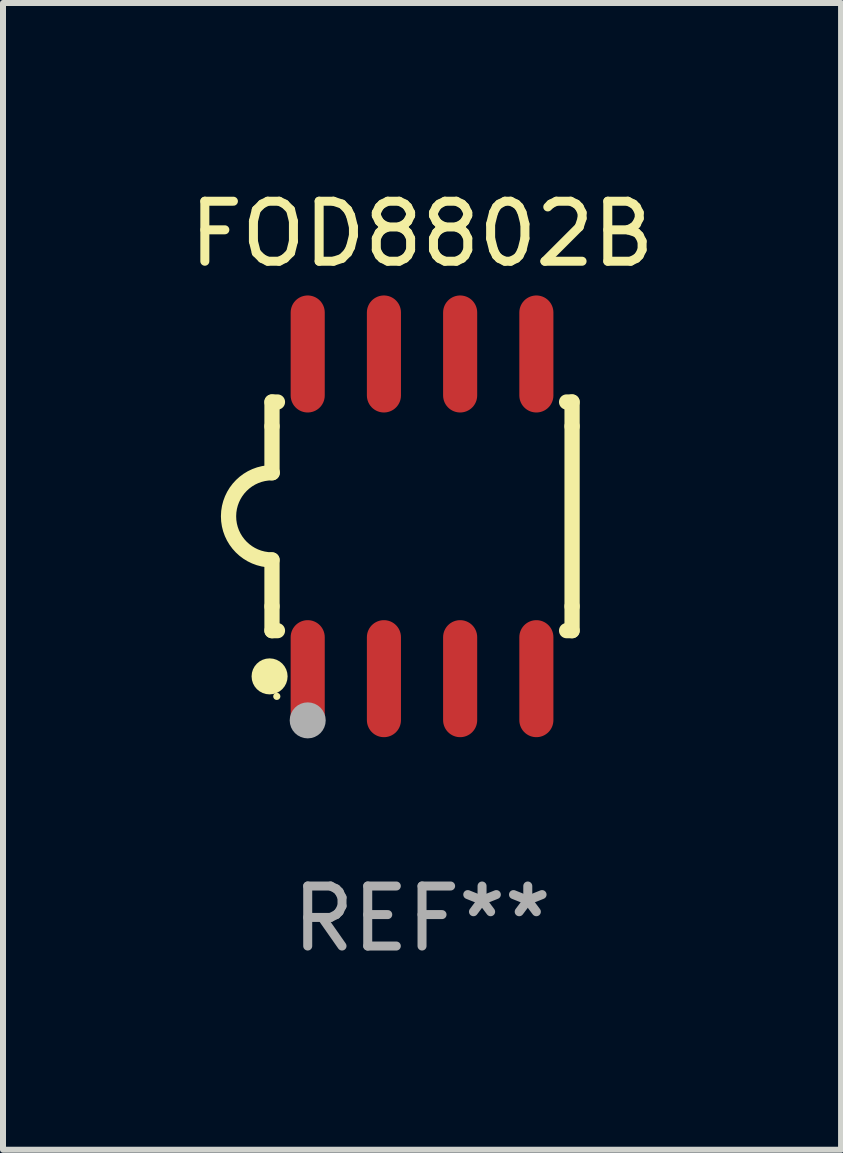
<source format=kicad_pcb>
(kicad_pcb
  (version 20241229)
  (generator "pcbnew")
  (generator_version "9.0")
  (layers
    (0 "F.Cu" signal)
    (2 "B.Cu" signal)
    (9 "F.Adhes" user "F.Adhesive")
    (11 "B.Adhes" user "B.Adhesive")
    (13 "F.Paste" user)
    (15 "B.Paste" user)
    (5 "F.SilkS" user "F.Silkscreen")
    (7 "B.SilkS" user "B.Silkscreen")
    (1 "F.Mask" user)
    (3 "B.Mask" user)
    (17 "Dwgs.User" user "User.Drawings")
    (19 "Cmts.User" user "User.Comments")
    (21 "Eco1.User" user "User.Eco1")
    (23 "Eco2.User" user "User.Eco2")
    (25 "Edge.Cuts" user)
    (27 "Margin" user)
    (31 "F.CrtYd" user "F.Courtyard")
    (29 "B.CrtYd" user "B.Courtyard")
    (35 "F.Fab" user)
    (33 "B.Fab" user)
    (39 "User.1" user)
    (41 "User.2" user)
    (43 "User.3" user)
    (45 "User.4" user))
  (footprint "FOD8802B"
    (layer "F.Cu")
    (at 3.982 5.553)
    (property "Reference" "FOD8802B" (at 0 -4.705 0) (layer "F.SilkS") (effects (font (size 1 1) (thickness 0.15))))
    (attr through_hole)
    (fp_line (start -2.5 -1.905) (end -2.409 -1.905) (stroke (width 0.254) (type solid)) (layer "F.SilkS"))
    (fp_line (start -2.5 -1.5) (end -2.5 -1.905) (stroke (width 0.254) (type solid)) (layer "F.SilkS"))
    (fp_line (start -2.5 -1.5) (end -2.5 -0.726) (stroke (width 0.254) (type solid)) (layer "F.SilkS"))
    (fp_line (start -2.5 1.5) (end -2.5 0.727) (stroke (width 0.254) (type solid)) (layer "F.SilkS"))
    (fp_line (start -2.5 1.5) (end -2.5 1.905) (stroke (width 0.254) (type solid)) (layer "F.SilkS"))
    (fp_line (start -2.5 1.905) (end -2.409 1.905) (stroke (width 0.254) (type solid)) (layer "F.SilkS"))
    (fp_line (start 2.5 -1.905) (end 2.409 -1.905) (stroke (width 0.254) (type solid)) (layer "F.SilkS"))
    (fp_line (start 2.5 -1.5) (end 2.5 -1.905) (stroke (width 0.254) (type solid)) (layer "F.SilkS"))
    (fp_line (start 2.5 -1.5) (end 2.5 1.5) (stroke (width 0.254) (type solid)) (layer "F.SilkS"))
    (fp_line (start 2.5 1.5) (end 2.5 1.905) (stroke (width 0.254) (type solid)) (layer "F.SilkS"))
    (fp_line (start 2.5 1.905) (end 2.409 1.905) (stroke (width 0.254) (type solid)) (layer "F.SilkS"))
    (fp_arc (start -2.5 0.726568) (mid -3.220316 -0.0023) (end -2.495097 -0.726289) (stroke (width 0.254001) (type solid)) (layer "F.SilkS"))
    (fp_circle (center -2.54 2.667) (end -2.39 2.667) (stroke (width 0.3) (type solid)) (fill no) (layer "F.SilkS"))
    (fp_circle (center -2.42 3) (end -2.39 3) (stroke (width 0.06) (type solid)) (fill no) (layer "F.SilkS"))
    (fp_circle (center -1.905 3.4) (end -1.755 3.4) (stroke (width 0.3) (type solid)) (fill no) (layer "F.Fab"))
    (fp_text user "REF**" (at 0 6.705 0) (layer "F.Fab") (effects (font (size 1 1) (thickness 0.15))))
    (pad "1" smd oval (at -1.905 2.705) (size 0.568 1.95) (layers "F.Cu" "F.Mask" "F.Paste"))
    (pad "2" smd oval (at -0.635 2.705) (size 0.568 1.95) (layers "F.Cu" "F.Mask" "F.Paste"))
    (pad "3" smd oval (at 0.635 2.705) (size 0.568 1.95) (layers "F.Cu" "F.Mask" "F.Paste"))
    (pad "4" smd oval (at 1.905 2.705) (size 0.568 1.95) (layers "F.Cu" "F.Mask" "F.Paste"))
    (pad "5" smd oval (at 1.905 -2.705) (size 0.568 1.95) (layers "F.Cu" "F.Mask" "F.Paste"))
    (pad "6" smd oval (at 0.635 -2.705) (size 0.568 1.95) (layers "F.Cu" "F.Mask" "F.Paste"))
    (pad "7" smd oval (at -0.635 -2.705) (size 0.568 1.95) (layers "F.Cu" "F.Mask" "F.Paste"))
    (pad "8" smd oval (at -1.905 -2.705) (size 0.568 1.95) (layers "F.Cu" "F.Mask" "F.Paste")))
  (gr_rect
    (start -3 -3)
    (end 10.964 16.107)
    (stroke (width 0.1) (type default))
    (fill no)
    (layer "Edge.Cuts")))
</source>
